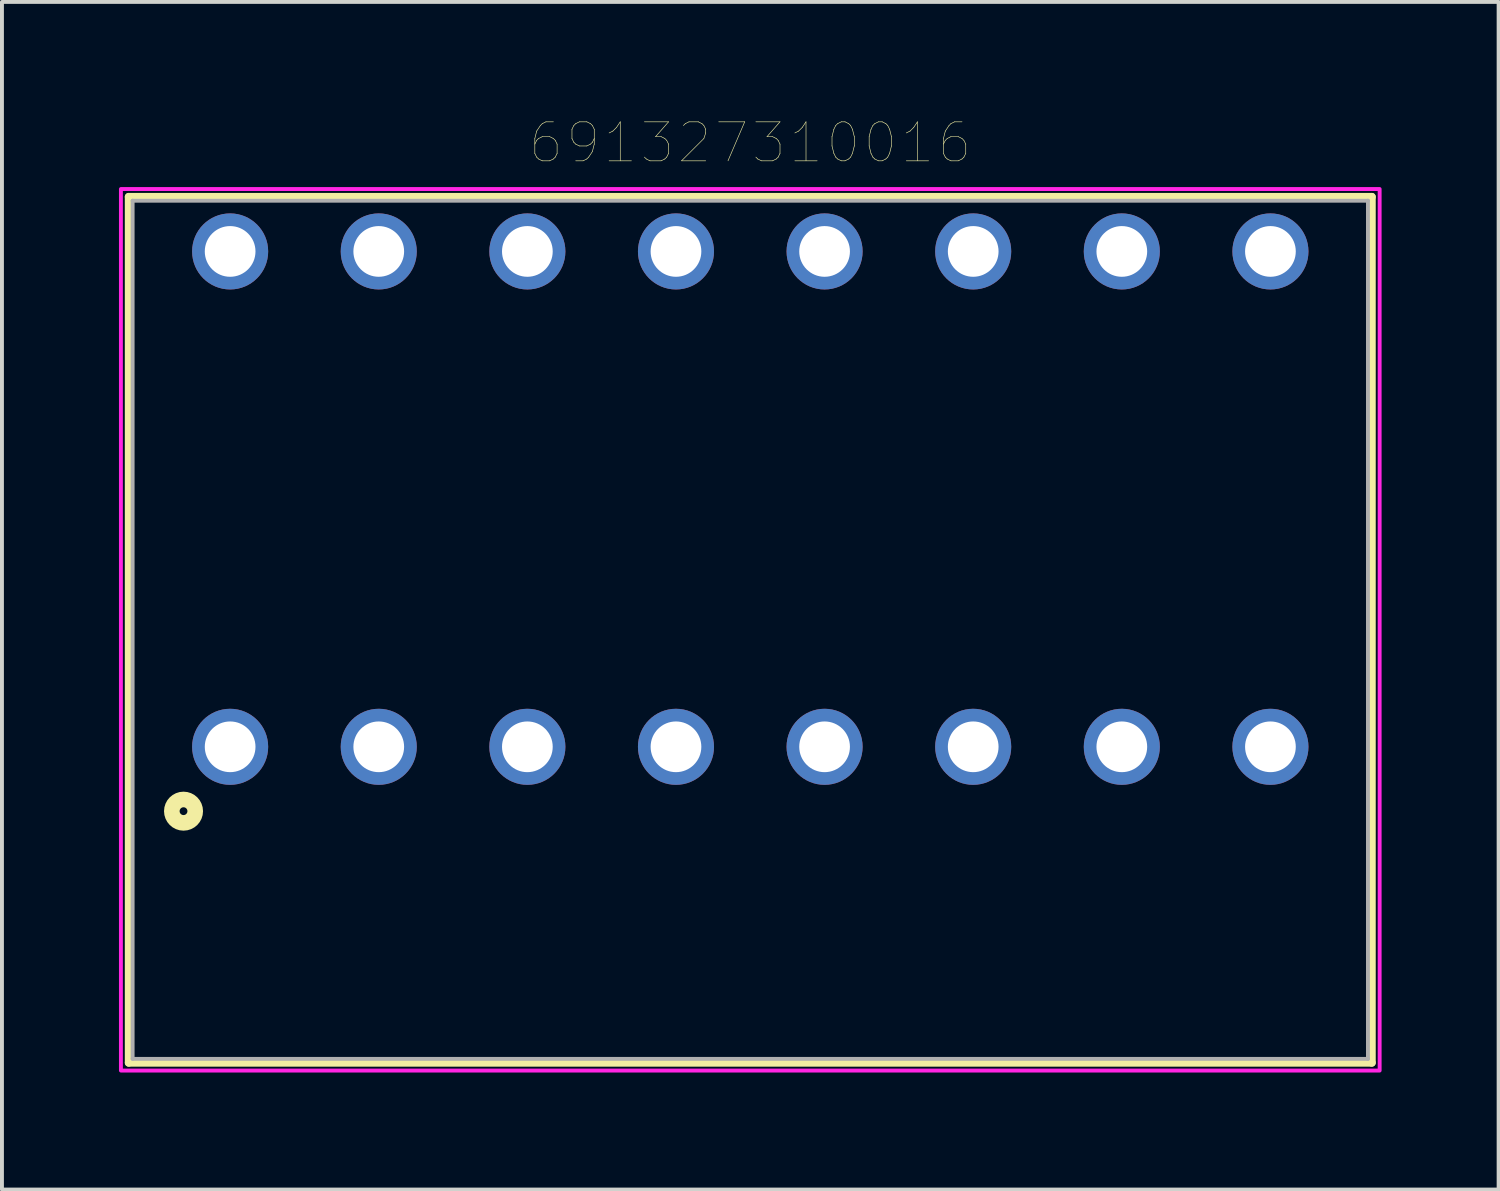
<source format=kicad_pcb>
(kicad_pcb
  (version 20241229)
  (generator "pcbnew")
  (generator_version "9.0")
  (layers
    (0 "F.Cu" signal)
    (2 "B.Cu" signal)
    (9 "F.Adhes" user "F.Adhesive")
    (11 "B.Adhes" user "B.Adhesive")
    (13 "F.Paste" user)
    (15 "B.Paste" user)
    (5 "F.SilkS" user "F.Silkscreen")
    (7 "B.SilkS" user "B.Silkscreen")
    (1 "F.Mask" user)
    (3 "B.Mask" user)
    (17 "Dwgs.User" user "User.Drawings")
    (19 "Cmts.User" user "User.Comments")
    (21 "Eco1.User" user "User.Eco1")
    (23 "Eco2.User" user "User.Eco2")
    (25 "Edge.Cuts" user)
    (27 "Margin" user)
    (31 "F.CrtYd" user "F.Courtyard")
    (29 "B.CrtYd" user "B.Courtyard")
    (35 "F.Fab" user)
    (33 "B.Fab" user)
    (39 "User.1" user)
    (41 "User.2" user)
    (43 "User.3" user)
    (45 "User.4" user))
  (footprint "691327310016"
    (layer "F.Cu")
    (at 16.185 9.746)
    (property "Reference" "691327310016" (at 0 -9.135 0) (layer "F.SilkS") (effects (font (size 1 1) (thickness 0.015))))
    (attr through_hole)
    (fp_line (start -15.935 -7.75) (end 15.935 -7.75) (stroke (width 0.2) (type solid)) (layer "F.SilkS"))
    (fp_line (start -15.935 14.45) (end -15.935 -7.75) (stroke (width 0.2) (type solid)) (layer "F.SilkS"))
    (fp_line (start 15.935 -7.75) (end 15.935 14.45) (stroke (width 0.2) (type solid)) (layer "F.SilkS"))
    (fp_line (start 15.935 14.45) (end -15.935 14.45) (stroke (width 0.2) (type solid)) (layer "F.SilkS"))
    (fp_circle (center -14.53 8) (end -14.43 8) (stroke (width 0.4) (type solid)) (fill no) (layer "F.SilkS"))
    (fp_poly (pts (xy -16.135 -7.95) (xy 16.135 -7.95) (xy 16.135 14.65) (xy -16.135 14.65)) (stroke (width 0.1) (type solid)) (fill no) (layer "F.CrtYd"))
    (fp_line (start -15.835 -7.65) (end -15.835 14.35) (stroke (width 0.1) (type solid)) (layer "F.Fab"))
    (fp_line (start -15.835 14.35) (end 15.835 14.35) (stroke (width 0.1) (type solid)) (layer "F.Fab"))
    (fp_line (start 15.835 -7.65) (end -15.835 -7.65) (stroke (width 0.1) (type solid)) (layer "F.Fab"))
    (fp_line (start 15.835 14.35) (end 15.835 -7.65) (stroke (width 0.1) (type solid)) (layer "F.Fab"))
    (pad "1" thru_hole circle (at -13.335 6.35) (size 1.95 1.95) (drill 1.3) (layers "*.Cu" "*.Mask"))
    (pad "2" thru_hole circle (at -9.525 6.35) (size 1.95 1.95) (drill 1.3) (layers "*.Cu" "*.Mask"))
    (pad "3" thru_hole circle (at -5.715 6.35) (size 1.95 1.95) (drill 1.3) (layers "*.Cu" "*.Mask"))
    (pad "4" thru_hole circle (at -1.905 6.35) (size 1.95 1.95) (drill 1.3) (layers "*.Cu" "*.Mask"))
    (pad "5" thru_hole circle (at 1.905 6.35) (size 1.95 1.95) (drill 1.3) (layers "*.Cu" "*.Mask"))
    (pad "6" thru_hole circle (at 5.715 6.35) (size 1.95 1.95) (drill 1.3) (layers "*.Cu" "*.Mask"))
    (pad "7" thru_hole circle (at 9.525 6.35) (size 1.95 1.95) (drill 1.3) (layers "*.Cu" "*.Mask"))
    (pad "8" thru_hole circle (at 13.335 6.35) (size 1.95 1.95) (drill 1.3) (layers "*.Cu" "*.Mask"))
    (pad "9" thru_hole circle (at -13.335 -6.35) (size 1.95 1.95) (drill 1.3) (layers "*.Cu" "*.Mask"))
    (pad "10" thru_hole circle (at -9.525 -6.35) (size 1.95 1.95) (drill 1.3) (layers "*.Cu" "*.Mask"))
    (pad "11" thru_hole circle (at -5.715 -6.35) (size 1.95 1.95) (drill 1.3) (layers "*.Cu" "*.Mask"))
    (pad "12" thru_hole circle (at -1.905 -6.35) (size 1.95 1.95) (drill 1.3) (layers "*.Cu" "*.Mask"))
    (pad "13" thru_hole circle (at 1.905 -6.35) (size 1.95 1.95) (drill 1.3) (layers "*.Cu" "*.Mask"))
    (pad "14" thru_hole circle (at 5.715 -6.35) (size 1.95 1.95) (drill 1.3) (layers "*.Cu" "*.Mask"))
    (pad "15" thru_hole circle (at 9.525 -6.35) (size 1.95 1.95) (drill 1.3) (layers "*.Cu" "*.Mask"))
    (pad "16" thru_hole circle (at 13.335 -6.35) (size 1.95 1.95) (drill 1.3) (layers "*.Cu" "*.Mask")))
  (gr_rect
    (start -3 -3)
    (end 35.37 27.446)
    (stroke (width 0.1) (type default))
    (fill no)
    (layer "Edge.Cuts")))
</source>
